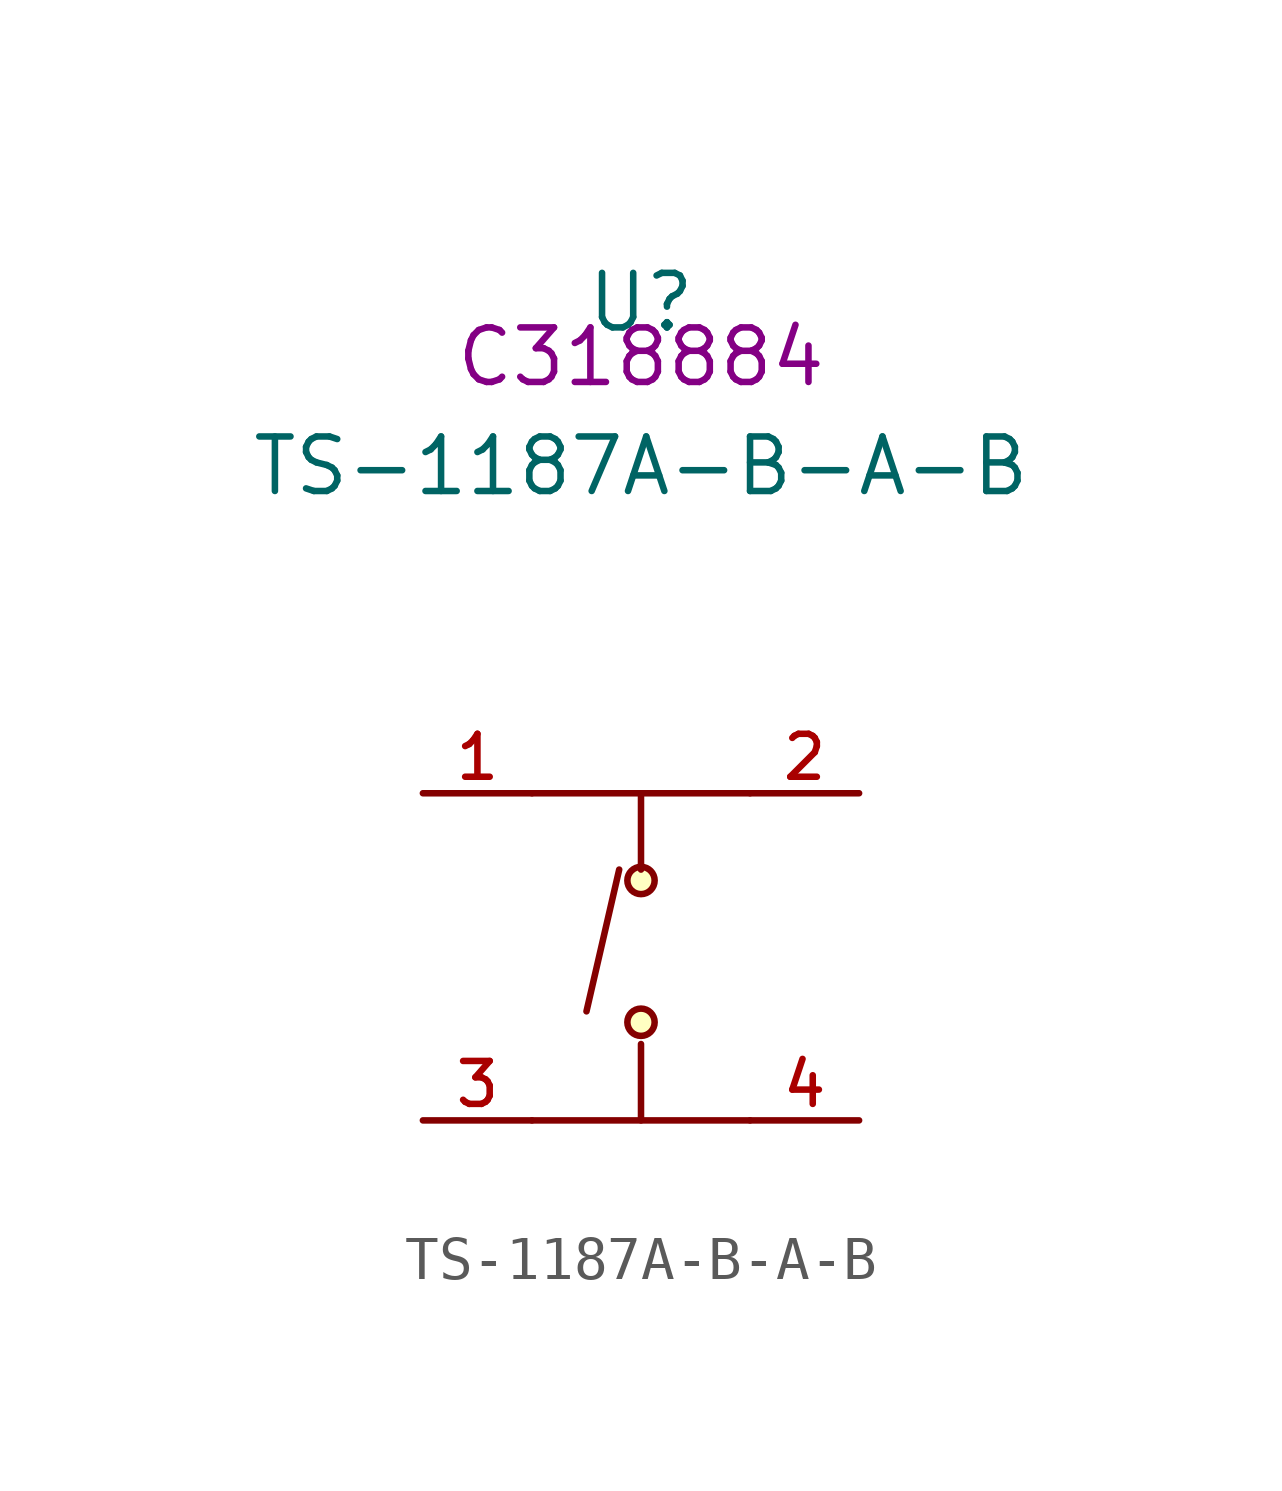
<source format=kicad_sym>
(kicad_symbol_lib
  (version 20220914)
  (generator kicad_symbol_editor)
  (symbol "TS-1187A-B-A-B"
    (pin_names hide)
    (property "Reference" "U"
      (at 0 1.27 0)
      (effects (font (size 1.27 1.27))))
    (property "Value" "TS-1187A-B-A-B"
      (at 0 -2.54 0)
      (effects (font (size 1.27 1.27))))
    (property "LCSC" "C318884"
      (at 0 0 0)
      (effects (font (size 1.27 1.27))))
    (symbol "TS-1187A-B-A-B_0_0"
      (circle (center 0 -15.494) (radius 0.318) (stroke (width 0) (type default)) (fill (type background)))
      (circle (center 0 -12.192) (radius 0.318) (stroke (width 0) (type default)) (fill (type background)))
      (polyline (pts (xy -2.54 -17.78) (xy 2.54 -17.78)) (stroke (width 0) (type default)) (fill (type none)))
      (polyline (pts (xy -2.54 -10.16) (xy 2.54 -10.16)) (stroke (width 0) (type default)) (fill (type none)))
      (polyline (pts (xy -0.508 -11.938) (xy -1.27 -15.24)) (stroke (width 0) (type default)) (fill (type none)))
      (polyline (pts (xy 0 -16.002) (xy 0 -17.78)) (stroke (width 0) (type default)) (fill (type none)))
      (polyline (pts (xy 0 -11.938) (xy 0 -10.16)) (stroke (width 0) (type default)) (fill (type none)))
      (pin unspecified line (at -5.08 -10.16 0) (length 2.54) (name "A" (effects (font (size 1 1)))) (number "1" (effects (font (size 1 1)))))
      (pin unspecified line (at 5.08 -10.16 180) (length 2.54) (name "B" (effects (font (size 1 1)))) (number "2" (effects (font (size 1 1)))))
      (pin unspecified line (at -5.08 -17.78 0) (length 2.54) (name "C" (effects (font (size 1 1)))) (number "3" (effects (font (size 1 1)))))
      (pin unspecified line (at 5.08 -17.78 180) (length 2.54) (name "D" (effects (font (size 1 1)))) (number "4" (effects (font (size 1 1))))))))
</source>
